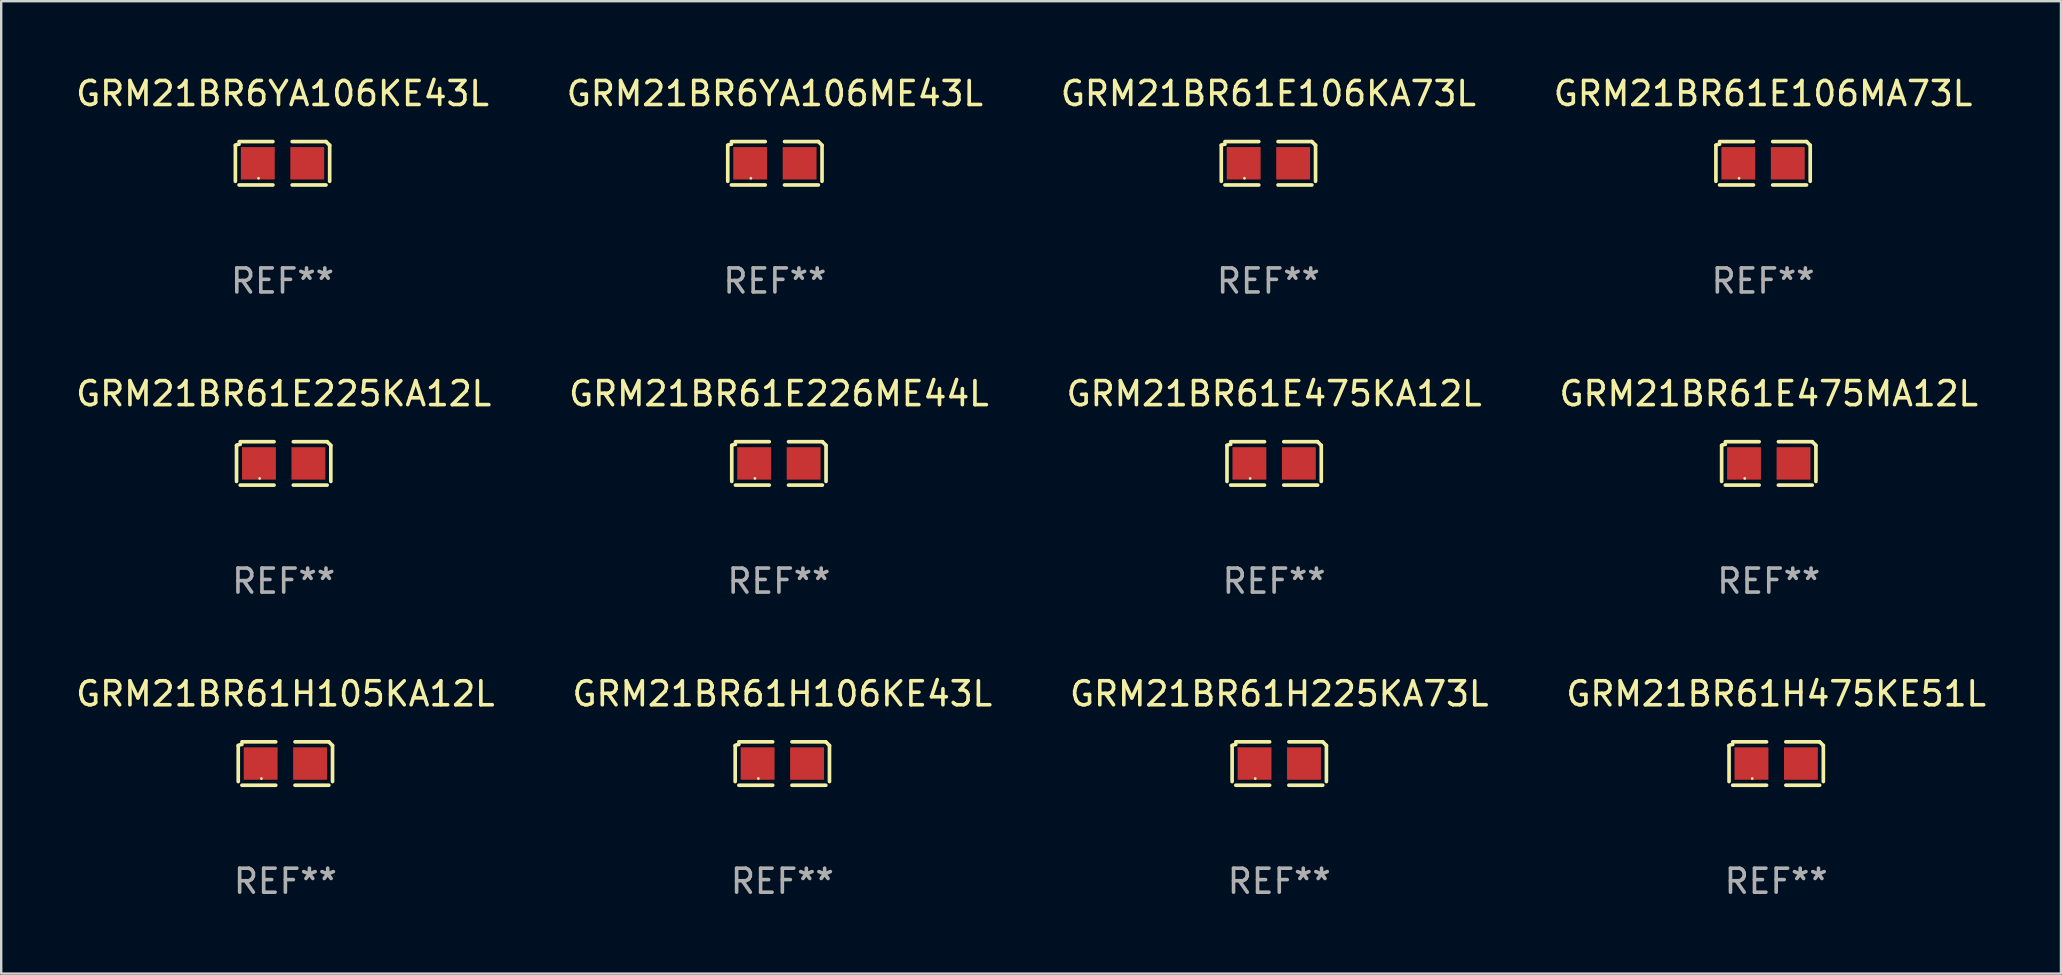
<source format=kicad_pcb>
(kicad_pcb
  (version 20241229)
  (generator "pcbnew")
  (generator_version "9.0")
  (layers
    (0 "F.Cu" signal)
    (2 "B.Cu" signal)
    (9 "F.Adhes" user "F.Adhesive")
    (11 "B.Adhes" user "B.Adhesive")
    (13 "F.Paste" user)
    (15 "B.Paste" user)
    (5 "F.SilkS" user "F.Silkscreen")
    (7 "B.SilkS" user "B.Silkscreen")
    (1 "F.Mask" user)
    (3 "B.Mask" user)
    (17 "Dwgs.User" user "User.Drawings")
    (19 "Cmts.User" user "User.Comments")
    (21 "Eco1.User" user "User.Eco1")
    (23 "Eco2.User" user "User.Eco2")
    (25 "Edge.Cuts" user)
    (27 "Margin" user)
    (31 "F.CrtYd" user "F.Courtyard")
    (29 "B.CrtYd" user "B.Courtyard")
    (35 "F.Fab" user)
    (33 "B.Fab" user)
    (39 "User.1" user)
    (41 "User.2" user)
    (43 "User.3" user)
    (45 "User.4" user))
  (footprint "GRM21BR61H105KA12L"
    (layer "F.Cu")
    (at 8.839 28.759)
    (property "Reference" "GRM21BR61H105KA12L" (at 0 -2.904 0) (layer "F.SilkS") (effects (font (size 1 1) (thickness 0.15))))
    (attr through_hole)
    (fp_line (start -1.964 0.751) (end -1.964 -0.751) (stroke (width 0.152) (type solid)) (layer "F.SilkS"))
    (fp_line (start -1.811 -0.904) (end -0.401 -0.904) (stroke (width 0.152) (type solid)) (layer "F.SilkS"))
    (fp_line (start -0.401 0.904) (end -1.811 0.904) (stroke (width 0.152) (type solid)) (layer "F.SilkS"))
    (fp_line (start 0.401 0.904) (end 1.811 0.904) (stroke (width 0.152) (type solid)) (layer "F.SilkS"))
    (fp_line (start 1.811 -0.904) (end 0.401 -0.904) (stroke (width 0.152) (type solid)) (layer "F.SilkS"))
    (fp_line (start 1.964 0.751) (end 1.964 -0.751) (stroke (width 0.152) (type solid)) (layer "F.SilkS"))
    (fp_arc (start -1.963602 -0.751207) (mid -1.890354 -0.783131) (end -1.811201 -0.794044) (stroke (width 0.1524) (type solid)) (layer "F.SilkS"))
    (fp_arc (start 1.811202 -0.903607) (mid 1.887413 -0.827418) (end 1.963602 -0.751207) (stroke (width 0.1524) (type solid)) (layer "F.SilkS"))
    (fp_circle (center -1 0.625) (end -0.97 0.625) (stroke (width 0.06) (type solid)) (fill no) (layer "F.SilkS"))
    (fp_text user "REF**" (at 0 4.904 0) (layer "F.Fab") (effects (font (size 1 1) (thickness 0.15))))
    (pad "1" smd rect (at -1.03 0) (size 1.41 1.35) (layers "F.Cu" "F.Mask" "F.Paste"))
    (pad "2" smd rect (at 1.03 0) (size 1.41 1.35) (layers "F.Cu" "F.Mask" "F.Paste")))
  (footprint "GRM21BR61E225KA12L"
    (layer "F.Cu")
    (at 8.768 16.256)
    (property "Reference" "GRM21BR61E225KA12L" (at 0 -2.904 0) (layer "F.SilkS") (effects (font (size 1 1) (thickness 0.15))))
    (attr through_hole)
    (fp_line (start -1.964 0.751) (end -1.964 -0.751) (stroke (width 0.152) (type solid)) (layer "F.SilkS"))
    (fp_line (start -1.811 -0.904) (end -0.401 -0.904) (stroke (width 0.152) (type solid)) (layer "F.SilkS"))
    (fp_line (start -0.401 0.904) (end -1.811 0.904) (stroke (width 0.152) (type solid)) (layer "F.SilkS"))
    (fp_line (start 0.401 0.904) (end 1.811 0.904) (stroke (width 0.152) (type solid)) (layer "F.SilkS"))
    (fp_line (start 1.811 -0.904) (end 0.401 -0.904) (stroke (width 0.152) (type solid)) (layer "F.SilkS"))
    (fp_line (start 1.964 0.751) (end 1.964 -0.751) (stroke (width 0.152) (type solid)) (layer "F.SilkS"))
    (fp_arc (start -1.963602 -0.751207) (mid -1.890354 -0.783131) (end -1.811201 -0.794044) (stroke (width 0.1524) (type solid)) (layer "F.SilkS"))
    (fp_arc (start 1.811202 -0.903607) (mid 1.887413 -0.827418) (end 1.963602 -0.751207) (stroke (width 0.1524) (type solid)) (layer "F.SilkS"))
    (fp_circle (center -1 0.625) (end -0.97 0.625) (stroke (width 0.06) (type solid)) (fill no) (layer "F.SilkS"))
    (fp_text user "REF**" (at 0 4.904 0) (layer "F.Fab") (effects (font (size 1 1) (thickness 0.15))))
    (pad "1" smd rect (at -1.03 0) (size 1.41 1.35) (layers "F.Cu" "F.Mask" "F.Paste"))
    (pad "2" smd rect (at 1.03 0) (size 1.41 1.35) (layers "F.Cu" "F.Mask" "F.Paste")))
  (footprint "GRM21BR61E106MA73L"
    (layer "F.Cu")
    (at 70.399 3.752)
    (property "Reference" "GRM21BR61E106MA73L" (at 0 -2.904 0) (layer "F.SilkS") (effects (font (size 1 1) (thickness 0.15))))
    (attr through_hole)
    (fp_line (start -1.964 0.751) (end -1.964 -0.751) (stroke (width 0.152) (type solid)) (layer "F.SilkS"))
    (fp_line (start -1.811 -0.904) (end -0.401 -0.904) (stroke (width 0.152) (type solid)) (layer "F.SilkS"))
    (fp_line (start -0.401 0.904) (end -1.811 0.904) (stroke (width 0.152) (type solid)) (layer "F.SilkS"))
    (fp_line (start 0.401 0.904) (end 1.811 0.904) (stroke (width 0.152) (type solid)) (layer "F.SilkS"))
    (fp_line (start 1.811 -0.904) (end 0.401 -0.904) (stroke (width 0.152) (type solid)) (layer "F.SilkS"))
    (fp_line (start 1.964 0.751) (end 1.964 -0.751) (stroke (width 0.152) (type solid)) (layer "F.SilkS"))
    (fp_arc (start -1.963602 -0.751207) (mid -1.890354 -0.783131) (end -1.811201 -0.794044) (stroke (width 0.1524) (type solid)) (layer "F.SilkS"))
    (fp_arc (start 1.811202 -0.903607) (mid 1.887413 -0.827418) (end 1.963602 -0.751207) (stroke (width 0.1524) (type solid)) (layer "F.SilkS"))
    (fp_circle (center -1 0.625) (end -0.97 0.625) (stroke (width 0.06) (type solid)) (fill no) (layer "F.SilkS"))
    (fp_text user "REF**" (at 0 4.904 0) (layer "F.Fab") (effects (font (size 1 1) (thickness 0.15))))
    (pad "1" smd rect (at -1.03 0) (size 1.41 1.35) (layers "F.Cu" "F.Mask" "F.Paste"))
    (pad "2" smd rect (at 1.03 0) (size 1.41 1.35) (layers "F.Cu" "F.Mask" "F.Paste")))
  (footprint "GRM21BR61E475KA12L"
    (layer "F.Cu")
    (at 50.03 16.256)
    (property "Reference" "GRM21BR61E475KA12L" (at 0 -2.904 0) (layer "F.SilkS") (effects (font (size 1 1) (thickness 0.15))))
    (attr through_hole)
    (fp_line (start -1.964 0.751) (end -1.964 -0.751) (stroke (width 0.152) (type solid)) (layer "F.SilkS"))
    (fp_line (start -1.811 -0.904) (end -0.401 -0.904) (stroke (width 0.152) (type solid)) (layer "F.SilkS"))
    (fp_line (start -0.401 0.904) (end -1.811 0.904) (stroke (width 0.152) (type solid)) (layer "F.SilkS"))
    (fp_line (start 0.401 0.904) (end 1.811 0.904) (stroke (width 0.152) (type solid)) (layer "F.SilkS"))
    (fp_line (start 1.811 -0.904) (end 0.401 -0.904) (stroke (width 0.152) (type solid)) (layer "F.SilkS"))
    (fp_line (start 1.964 0.751) (end 1.964 -0.751) (stroke (width 0.152) (type solid)) (layer "F.SilkS"))
    (fp_arc (start -1.963602 -0.751207) (mid -1.890354 -0.783131) (end -1.811201 -0.794044) (stroke (width 0.1524) (type solid)) (layer "F.SilkS"))
    (fp_arc (start 1.811202 -0.903607) (mid 1.887413 -0.827418) (end 1.963602 -0.751207) (stroke (width 0.1524) (type solid)) (layer "F.SilkS"))
    (fp_circle (center -1 0.625) (end -0.97 0.625) (stroke (width 0.06) (type solid)) (fill no) (layer "F.SilkS"))
    (fp_text user "REF**" (at 0 4.904 0) (layer "F.Fab") (effects (font (size 1 1) (thickness 0.15))))
    (pad "1" smd rect (at -1.03 0) (size 1.41 1.35) (layers "F.Cu" "F.Mask" "F.Paste"))
    (pad "2" smd rect (at 1.03 0) (size 1.41 1.35) (layers "F.Cu" "F.Mask" "F.Paste")))
  (footprint "GRM21BR61H225KA73L"
    (layer "F.Cu")
    (at 50.244 28.759)
    (property "Reference" "GRM21BR61H225KA73L" (at 0 -2.904 0) (layer "F.SilkS") (effects (font (size 1 1) (thickness 0.15))))
    (attr through_hole)
    (fp_line (start -1.964 0.751) (end -1.964 -0.751) (stroke (width 0.152) (type solid)) (layer "F.SilkS"))
    (fp_line (start -1.811 -0.904) (end -0.401 -0.904) (stroke (width 0.152) (type solid)) (layer "F.SilkS"))
    (fp_line (start -0.401 0.904) (end -1.811 0.904) (stroke (width 0.152) (type solid)) (layer "F.SilkS"))
    (fp_line (start 0.401 0.904) (end 1.811 0.904) (stroke (width 0.152) (type solid)) (layer "F.SilkS"))
    (fp_line (start 1.811 -0.904) (end 0.401 -0.904) (stroke (width 0.152) (type solid)) (layer "F.SilkS"))
    (fp_line (start 1.964 0.751) (end 1.964 -0.751) (stroke (width 0.152) (type solid)) (layer "F.SilkS"))
    (fp_arc (start -1.963602 -0.751207) (mid -1.890354 -0.783131) (end -1.811201 -0.794044) (stroke (width 0.1524) (type solid)) (layer "F.SilkS"))
    (fp_arc (start 1.811202 -0.903607) (mid 1.887413 -0.827418) (end 1.963602 -0.751207) (stroke (width 0.1524) (type solid)) (layer "F.SilkS"))
    (fp_circle (center -1 0.625) (end -0.97 0.625) (stroke (width 0.06) (type solid)) (fill no) (layer "F.SilkS"))
    (fp_text user "REF**" (at 0 4.904 0) (layer "F.Fab") (effects (font (size 1 1) (thickness 0.15))))
    (pad "1" smd rect (at -1.03 0) (size 1.41 1.35) (layers "F.Cu" "F.Mask" "F.Paste"))
    (pad "2" smd rect (at 1.03 0) (size 1.41 1.35) (layers "F.Cu" "F.Mask" "F.Paste")))
  (footprint "GRM21BR61E106KA73L"
    (layer "F.Cu")
    (at 49.792 3.752)
    (property "Reference" "GRM21BR61E106KA73L" (at 0 -2.904 0) (layer "F.SilkS") (effects (font (size 1 1) (thickness 0.15))))
    (attr through_hole)
    (fp_line (start -1.964 0.751) (end -1.964 -0.751) (stroke (width 0.152) (type solid)) (layer "F.SilkS"))
    (fp_line (start -1.811 -0.904) (end -0.401 -0.904) (stroke (width 0.152) (type solid)) (layer "F.SilkS"))
    (fp_line (start -0.401 0.904) (end -1.811 0.904) (stroke (width 0.152) (type solid)) (layer "F.SilkS"))
    (fp_line (start 0.401 0.904) (end 1.811 0.904) (stroke (width 0.152) (type solid)) (layer "F.SilkS"))
    (fp_line (start 1.811 -0.904) (end 0.401 -0.904) (stroke (width 0.152) (type solid)) (layer "F.SilkS"))
    (fp_line (start 1.964 0.751) (end 1.964 -0.751) (stroke (width 0.152) (type solid)) (layer "F.SilkS"))
    (fp_arc (start -1.963602 -0.751207) (mid -1.890354 -0.783131) (end -1.811201 -0.794044) (stroke (width 0.1524) (type solid)) (layer "F.SilkS"))
    (fp_arc (start 1.811202 -0.903607) (mid 1.887413 -0.827418) (end 1.963602 -0.751207) (stroke (width 0.1524) (type solid)) (layer "F.SilkS"))
    (fp_circle (center -1 0.625) (end -0.97 0.625) (stroke (width 0.06) (type solid)) (fill no) (layer "F.SilkS"))
    (fp_text user "REF**" (at 0 4.904 0) (layer "F.Fab") (effects (font (size 1 1) (thickness 0.15))))
    (pad "1" smd rect (at -1.03 0) (size 1.41 1.35) (layers "F.Cu" "F.Mask" "F.Paste"))
    (pad "2" smd rect (at 1.03 0) (size 1.41 1.35) (layers "F.Cu" "F.Mask" "F.Paste")))
  (footprint "GRM21BR6YA106ME43L"
    (layer "F.Cu")
    (at 29.232 3.752)
    (property "Reference" "GRM21BR6YA106ME43L" (at 0 -2.904 0) (layer "F.SilkS") (effects (font (size 1 1) (thickness 0.15))))
    (attr through_hole)
    (fp_line (start -1.964 0.751) (end -1.964 -0.751) (stroke (width 0.152) (type solid)) (layer "F.SilkS"))
    (fp_line (start -1.811 -0.904) (end -0.401 -0.904) (stroke (width 0.152) (type solid)) (layer "F.SilkS"))
    (fp_line (start -0.401 0.904) (end -1.811 0.904) (stroke (width 0.152) (type solid)) (layer "F.SilkS"))
    (fp_line (start 0.401 0.904) (end 1.811 0.904) (stroke (width 0.152) (type solid)) (layer "F.SilkS"))
    (fp_line (start 1.811 -0.904) (end 0.401 -0.904) (stroke (width 0.152) (type solid)) (layer "F.SilkS"))
    (fp_line (start 1.964 0.751) (end 1.964 -0.751) (stroke (width 0.152) (type solid)) (layer "F.SilkS"))
    (fp_arc (start -1.963602 -0.751207) (mid -1.890354 -0.783131) (end -1.811201 -0.794044) (stroke (width 0.1524) (type solid)) (layer "F.SilkS"))
    (fp_arc (start 1.811202 -0.903607) (mid 1.887413 -0.827418) (end 1.963602 -0.751207) (stroke (width 0.1524) (type solid)) (layer "F.SilkS"))
    (fp_circle (center -1 0.625) (end -0.97 0.625) (stroke (width 0.06) (type solid)) (fill no) (layer "F.SilkS"))
    (fp_text user "REF**" (at 0 4.904 0) (layer "F.Fab") (effects (font (size 1 1) (thickness 0.15))))
    (pad "1" smd rect (at -1.03 0) (size 1.41 1.35) (layers "F.Cu" "F.Mask" "F.Paste"))
    (pad "2" smd rect (at 1.03 0) (size 1.41 1.35) (layers "F.Cu" "F.Mask" "F.Paste")))
  (footprint "GRM21BR61H475KE51L"
    (layer "F.Cu")
    (at 70.946 28.759)
    (property "Reference" "GRM21BR61H475KE51L" (at 0 -2.904 0) (layer "F.SilkS") (effects (font (size 1 1) (thickness 0.15))))
    (attr through_hole)
    (fp_line (start -1.964 0.751) (end -1.964 -0.751) (stroke (width 0.152) (type solid)) (layer "F.SilkS"))
    (fp_line (start -1.811 -0.904) (end -0.401 -0.904) (stroke (width 0.152) (type solid)) (layer "F.SilkS"))
    (fp_line (start -0.401 0.904) (end -1.811 0.904) (stroke (width 0.152) (type solid)) (layer "F.SilkS"))
    (fp_line (start 0.401 0.904) (end 1.811 0.904) (stroke (width 0.152) (type solid)) (layer "F.SilkS"))
    (fp_line (start 1.811 -0.904) (end 0.401 -0.904) (stroke (width 0.152) (type solid)) (layer "F.SilkS"))
    (fp_line (start 1.964 0.751) (end 1.964 -0.751) (stroke (width 0.152) (type solid)) (layer "F.SilkS"))
    (fp_arc (start -1.963602 -0.751207) (mid -1.890354 -0.783131) (end -1.811201 -0.794044) (stroke (width 0.1524) (type solid)) (layer "F.SilkS"))
    (fp_arc (start 1.811202 -0.903607) (mid 1.887413 -0.827418) (end 1.963602 -0.751207) (stroke (width 0.1524) (type solid)) (layer "F.SilkS"))
    (fp_circle (center -1 0.625) (end -0.97 0.625) (stroke (width 0.06) (type solid)) (fill no) (layer "F.SilkS"))
    (fp_text user "REF**" (at 0 4.904 0) (layer "F.Fab") (effects (font (size 1 1) (thickness 0.15))))
    (pad "1" smd rect (at -1.03 0) (size 1.41 1.35) (layers "F.Cu" "F.Mask" "F.Paste"))
    (pad "2" smd rect (at 1.03 0) (size 1.41 1.35) (layers "F.Cu" "F.Mask" "F.Paste")))
  (footprint "GRM21BR61H106KE43L"
    (layer "F.Cu")
    (at 29.542 28.759)
    (property "Reference" "GRM21BR61H106KE43L" (at 0 -2.904 0) (layer "F.SilkS") (effects (font (size 1 1) (thickness 0.15))))
    (attr through_hole)
    (fp_line (start -1.964 0.751) (end -1.964 -0.751) (stroke (width 0.152) (type solid)) (layer "F.SilkS"))
    (fp_line (start -1.811 -0.904) (end -0.401 -0.904) (stroke (width 0.152) (type solid)) (layer "F.SilkS"))
    (fp_line (start -0.401 0.904) (end -1.811 0.904) (stroke (width 0.152) (type solid)) (layer "F.SilkS"))
    (fp_line (start 0.401 0.904) (end 1.811 0.904) (stroke (width 0.152) (type solid)) (layer "F.SilkS"))
    (fp_line (start 1.811 -0.904) (end 0.401 -0.904) (stroke (width 0.152) (type solid)) (layer "F.SilkS"))
    (fp_line (start 1.964 0.751) (end 1.964 -0.751) (stroke (width 0.152) (type solid)) (layer "F.SilkS"))
    (fp_arc (start -1.963602 -0.751207) (mid -1.890354 -0.783131) (end -1.811201 -0.794044) (stroke (width 0.1524) (type solid)) (layer "F.SilkS"))
    (fp_arc (start 1.811202 -0.903607) (mid 1.887413 -0.827418) (end 1.963602 -0.751207) (stroke (width 0.1524) (type solid)) (layer "F.SilkS"))
    (fp_circle (center -1 0.625) (end -0.97 0.625) (stroke (width 0.06) (type solid)) (fill no) (layer "F.SilkS"))
    (fp_text user "REF**" (at 0 4.904 0) (layer "F.Fab") (effects (font (size 1 1) (thickness 0.15))))
    (pad "1" smd rect (at -1.03 0) (size 1.41 1.35) (layers "F.Cu" "F.Mask" "F.Paste"))
    (pad "2" smd rect (at 1.03 0) (size 1.41 1.35) (layers "F.Cu" "F.Mask" "F.Paste")))
  (footprint "GRM21BR6YA106KE43L"
    (layer "F.Cu")
    (at 8.72 3.752)
    (property "Reference" "GRM21BR6YA106KE43L" (at 0 -2.904 0) (layer "F.SilkS") (effects (font (size 1 1) (thickness 0.15))))
    (attr through_hole)
    (fp_line (start -1.964 0.751) (end -1.964 -0.751) (stroke (width 0.152) (type solid)) (layer "F.SilkS"))
    (fp_line (start -1.811 -0.904) (end -0.401 -0.904) (stroke (width 0.152) (type solid)) (layer "F.SilkS"))
    (fp_line (start -0.401 0.904) (end -1.811 0.904) (stroke (width 0.152) (type solid)) (layer "F.SilkS"))
    (fp_line (start 0.401 0.904) (end 1.811 0.904) (stroke (width 0.152) (type solid)) (layer "F.SilkS"))
    (fp_line (start 1.811 -0.904) (end 0.401 -0.904) (stroke (width 0.152) (type solid)) (layer "F.SilkS"))
    (fp_line (start 1.964 0.751) (end 1.964 -0.751) (stroke (width 0.152) (type solid)) (layer "F.SilkS"))
    (fp_arc (start -1.963602 -0.751207) (mid -1.890354 -0.783131) (end -1.811201 -0.794044) (stroke (width 0.1524) (type solid)) (layer "F.SilkS"))
    (fp_arc (start 1.811202 -0.903607) (mid 1.887413 -0.827418) (end 1.963602 -0.751207) (stroke (width 0.1524) (type solid)) (layer "F.SilkS"))
    (fp_circle (center -1 0.625) (end -0.97 0.625) (stroke (width 0.06) (type solid)) (fill no) (layer "F.SilkS"))
    (fp_text user "REF**" (at 0 4.904 0) (layer "F.Fab") (effects (font (size 1 1) (thickness 0.15))))
    (pad "1" smd rect (at -1.03 0) (size 1.41 1.35) (layers "F.Cu" "F.Mask" "F.Paste"))
    (pad "2" smd rect (at 1.03 0) (size 1.41 1.35) (layers "F.Cu" "F.Mask" "F.Paste")))
  (footprint "GRM21BR61E226ME44L"
    (layer "F.Cu")
    (at 29.399 16.256)
    (property "Reference" "GRM21BR61E226ME44L" (at 0 -2.904 0) (layer "F.SilkS") (effects (font (size 1 1) (thickness 0.15))))
    (attr through_hole)
    (fp_line (start -1.964 0.751) (end -1.964 -0.751) (stroke (width 0.152) (type solid)) (layer "F.SilkS"))
    (fp_line (start -1.811 -0.904) (end -0.401 -0.904) (stroke (width 0.152) (type solid)) (layer "F.SilkS"))
    (fp_line (start -0.401 0.904) (end -1.811 0.904) (stroke (width 0.152) (type solid)) (layer "F.SilkS"))
    (fp_line (start 0.401 0.904) (end 1.811 0.904) (stroke (width 0.152) (type solid)) (layer "F.SilkS"))
    (fp_line (start 1.811 -0.904) (end 0.401 -0.904) (stroke (width 0.152) (type solid)) (layer "F.SilkS"))
    (fp_line (start 1.964 0.751) (end 1.964 -0.751) (stroke (width 0.152) (type solid)) (layer "F.SilkS"))
    (fp_arc (start -1.963602 -0.751207) (mid -1.890354 -0.783131) (end -1.811201 -0.794044) (stroke (width 0.1524) (type solid)) (layer "F.SilkS"))
    (fp_arc (start 1.811202 -0.903607) (mid 1.887413 -0.827418) (end 1.963602 -0.751207) (stroke (width 0.1524) (type solid)) (layer "F.SilkS"))
    (fp_circle (center -1 0.625) (end -0.97 0.625) (stroke (width 0.06) (type solid)) (fill no) (layer "F.SilkS"))
    (fp_text user "REF**" (at 0 4.904 0) (layer "F.Fab") (effects (font (size 1 1) (thickness 0.15))))
    (pad "1" smd rect (at -1.03 0) (size 1.41 1.35) (layers "F.Cu" "F.Mask" "F.Paste"))
    (pad "2" smd rect (at 1.03 0) (size 1.41 1.35) (layers "F.Cu" "F.Mask" "F.Paste")))
  (footprint "GRM21BR61E475MA12L"
    (layer "F.Cu")
    (at 70.637 16.256)
    (property "Reference" "GRM21BR61E475MA12L" (at 0 -2.904 0) (layer "F.SilkS") (effects (font (size 1 1) (thickness 0.15))))
    (attr through_hole)
    (fp_line (start -1.964 0.751) (end -1.964 -0.751) (stroke (width 0.152) (type solid)) (layer "F.SilkS"))
    (fp_line (start -1.811 -0.904) (end -0.401 -0.904) (stroke (width 0.152) (type solid)) (layer "F.SilkS"))
    (fp_line (start -0.401 0.904) (end -1.811 0.904) (stroke (width 0.152) (type solid)) (layer "F.SilkS"))
    (fp_line (start 0.401 0.904) (end 1.811 0.904) (stroke (width 0.152) (type solid)) (layer "F.SilkS"))
    (fp_line (start 1.811 -0.904) (end 0.401 -0.904) (stroke (width 0.152) (type solid)) (layer "F.SilkS"))
    (fp_line (start 1.964 0.751) (end 1.964 -0.751) (stroke (width 0.152) (type solid)) (layer "F.SilkS"))
    (fp_arc (start -1.963602 -0.751207) (mid -1.890354 -0.783131) (end -1.811201 -0.794044) (stroke (width 0.1524) (type solid)) (layer "F.SilkS"))
    (fp_arc (start 1.811202 -0.903607) (mid 1.887413 -0.827418) (end 1.963602 -0.751207) (stroke (width 0.1524) (type solid)) (layer "F.SilkS"))
    (fp_circle (center -1 0.625) (end -0.97 0.625) (stroke (width 0.06) (type solid)) (fill no) (layer "F.SilkS"))
    (fp_text user "REF**" (at 0 4.904 0) (layer "F.Fab") (effects (font (size 1 1) (thickness 0.15))))
    (pad "1" smd rect (at -1.03 0) (size 1.41 1.35) (layers "F.Cu" "F.Mask" "F.Paste"))
    (pad "2" smd rect (at 1.03 0) (size 1.41 1.35) (layers "F.Cu" "F.Mask" "F.Paste")))
  (gr_rect
    (start -3 -3)
    (end 82.81 37.511)
    (stroke (width 0.1) (type default))
    (fill no)
    (layer "Edge.Cuts")))
</source>
